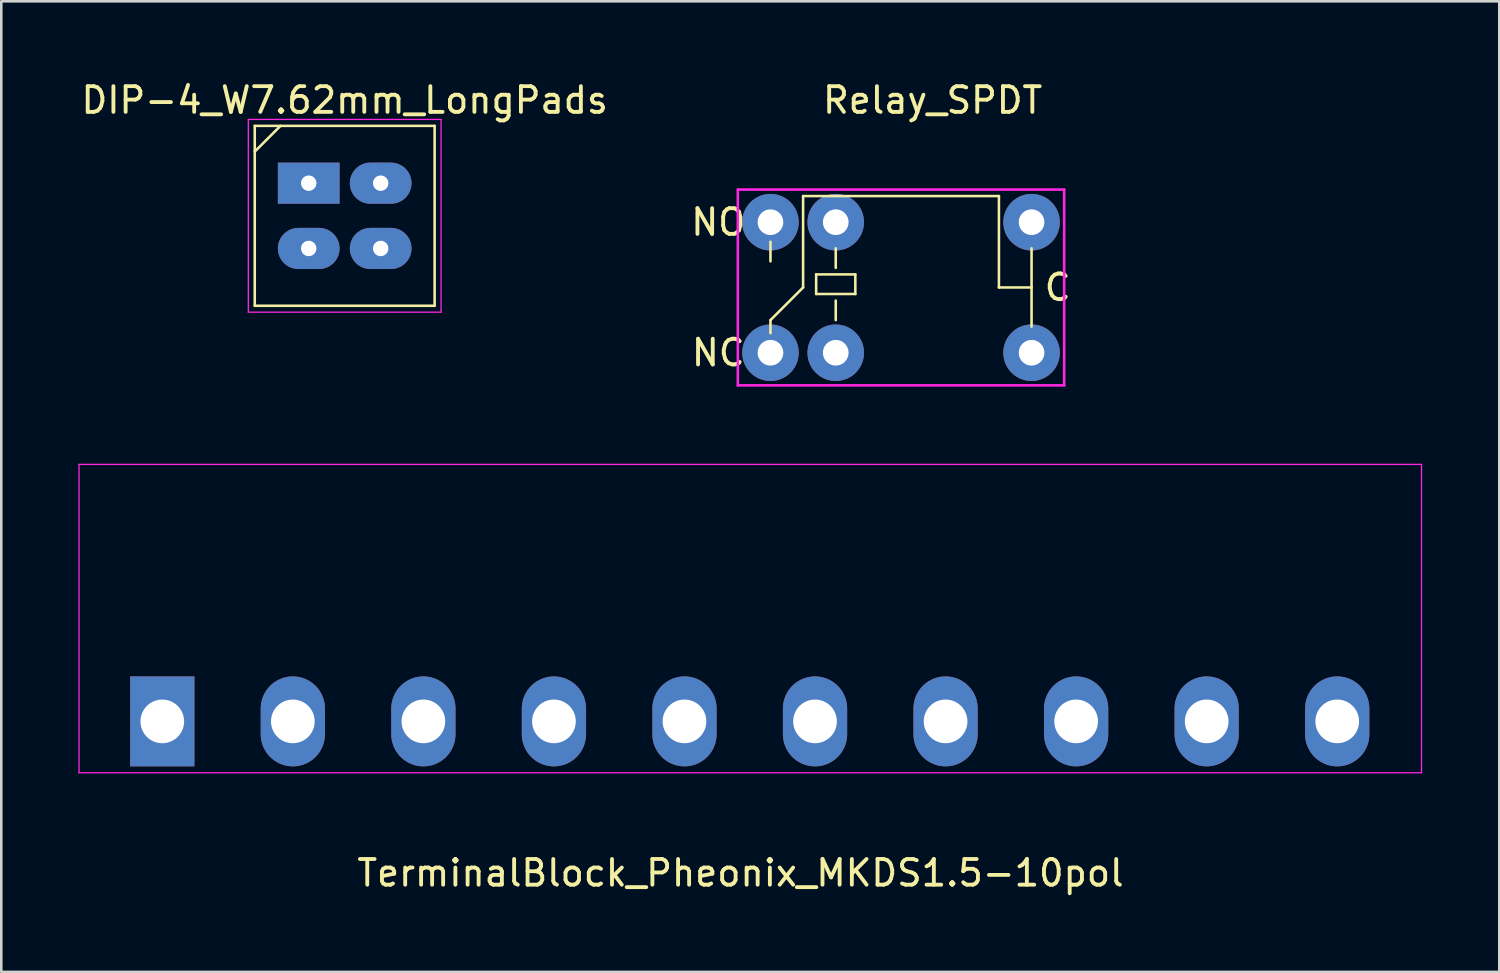
<source format=kicad_pcb>
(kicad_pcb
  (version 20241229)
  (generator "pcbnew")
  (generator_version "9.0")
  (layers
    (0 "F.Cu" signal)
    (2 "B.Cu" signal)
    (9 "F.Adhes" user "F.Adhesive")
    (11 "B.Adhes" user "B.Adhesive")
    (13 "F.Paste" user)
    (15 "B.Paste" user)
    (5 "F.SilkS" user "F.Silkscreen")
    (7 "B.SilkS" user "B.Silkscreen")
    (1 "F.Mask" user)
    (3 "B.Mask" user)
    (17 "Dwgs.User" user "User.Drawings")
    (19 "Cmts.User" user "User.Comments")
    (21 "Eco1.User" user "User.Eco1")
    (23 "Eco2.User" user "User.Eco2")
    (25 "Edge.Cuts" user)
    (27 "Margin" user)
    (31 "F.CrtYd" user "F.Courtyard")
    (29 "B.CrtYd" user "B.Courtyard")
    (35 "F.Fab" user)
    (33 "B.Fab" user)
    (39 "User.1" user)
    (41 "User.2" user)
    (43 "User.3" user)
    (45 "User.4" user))
  (footprint "Relay_SPDT"
    (layer "F.Cu")
    (at 26.931 10.676)
    (property "Reference" "Relay_SPDT" (at 6.309 -9.827 0) (layer "F.SilkS") (effects (font (size 1 1) (thickness 0.15))))
    (attr through_hole)
    (fp_line (start 0 -4.318) (end 0 -3.556) (stroke (width 0.1) (type solid)) (layer "F.SilkS"))
    (fp_line (start 0 -0.762) (end 0 -1.27) (stroke (width 0.1) (type solid)) (layer "F.SilkS"))
    (fp_line (start 1.27 -6.096) (end 8.89 -6.096) (stroke (width 0.1) (type solid)) (layer "F.SilkS"))
    (fp_line (start 1.27 -2.54) (end 0 -1.27) (stroke (width 0.1) (type solid)) (layer "F.SilkS"))
    (fp_line (start 1.27 -2.54) (end 1.27 -6.096) (stroke (width 0.1) (type solid)) (layer "F.SilkS"))
    (fp_line (start 1.778 -3.048) (end 3.302 -3.048) (stroke (width 0.1) (type solid)) (layer "F.SilkS"))
    (fp_line (start 1.778 -2.286) (end 1.778 -3.048) (stroke (width 0.1) (type solid)) (layer "F.SilkS"))
    (fp_line (start 2.54 -3.302) (end 2.54 -4.064) (stroke (width 0.1) (type solid)) (layer "F.SilkS"))
    (fp_line (start 2.54 -2.032) (end 2.54 -1.27) (stroke (width 0.1) (type solid)) (layer "F.SilkS"))
    (fp_line (start 3.302 -3.048) (end 3.302 -2.286) (stroke (width 0.1) (type solid)) (layer "F.SilkS"))
    (fp_line (start 3.302 -2.286) (end 1.778 -2.286) (stroke (width 0.1) (type solid)) (layer "F.SilkS"))
    (fp_line (start 8.89 -6.096) (end 8.89 -2.54) (stroke (width 0.1) (type solid)) (layer "F.SilkS"))
    (fp_line (start 8.89 -2.54) (end 10.16 -2.54) (stroke (width 0.1) (type solid)) (layer "F.SilkS"))
    (fp_line (start 10.16 -4.064) (end 10.16 -1.016) (stroke (width 0.1) (type solid)) (layer "F.SilkS"))
    (fp_line (start -1.27 -6.35) (end -1.27 1.27) (stroke (width 0.1) (type solid)) (layer "F.CrtYd"))
    (fp_line (start -1.27 1.27) (end 11.43 1.27) (stroke (width 0.1) (type solid)) (layer "F.CrtYd"))
    (fp_line (start 11.43 -6.35) (end -1.27 -6.35) (stroke (width 0.1) (type solid)) (layer "F.CrtYd"))
    (fp_line (start 11.43 1.27) (end 11.43 -6.35) (stroke (width 0.1) (type solid)) (layer "F.CrtYd"))
    (fp_text user "NC" (at -2.032 0 0) (layer "F.SilkS") (effects (font (size 1 1) (thickness 0.15))))
    (fp_text user "C" (at 11.176 -2.54 0) (layer "F.SilkS") (effects (font (size 1 1) (thickness 0.15))))
    (fp_text user "NO" (at -2.032 -5.08 0) (layer "F.SilkS") (effects (font (size 1 1) (thickness 0.15))))
    (pad "1" thru_hole circle (at 2.54 0) (size 2.2 2.2) (drill 1) (layers "*.Cu" "*.Mask"))
    (pad "2" thru_hole circle (at 0 0) (size 2.2 2.2) (drill 1) (layers "*.Cu" "*.Mask"))
    (pad "3" thru_hole circle (at 10.16 -5.08) (size 2.2 2.2) (drill 1) (layers "*.Cu" "*.Mask"))
    (pad "3" thru_hole circle (at 10.16 0) (size 2.2 2.2) (drill 1) (layers "*.Cu" "*.Mask"))
    (pad "4" thru_hole circle (at 0 -5.08) (size 2.2 2.2) (drill 1) (layers "*.Cu" "*.Mask"))
    (pad "10" thru_hole circle (at 2.54 -5.08) (size 2.2 2.2) (drill 1) (layers "*.Cu" "*.Mask")))
  (footprint "TerminalBlock_Pheonix_MKDS1.5-10pol"
    (layer "F.Cu")
    (at 3.265 25.021)
    (property "Reference" "TerminalBlock_Pheonix_MKDS1.5-10pol" (at 22.5 5.9 0) (layer "F.SilkS") (effects (font (size 1 1) (thickness 0.15))))
    (attr through_hole)
    (fp_line (start -3.24 -10) (end -3.24 2) (stroke (width 0.05) (type solid)) (layer "F.CrtYd"))
    (fp_line (start -3.24 2) (end 49 2) (stroke (width 0.05) (type solid)) (layer "F.CrtYd"))
    (fp_line (start 49 -10) (end -3.24 -10) (stroke (width 0.05) (type solid)) (layer "F.CrtYd"))
    (fp_line (start 49 2) (end 49 -10) (stroke (width 0.05) (type solid)) (layer "F.CrtYd"))
    (pad "1" thru_hole rect (at 0 0) (size 2.5 3.5) (drill 1.7) (layers "*.Cu" "*.Mask"))
    (pad "2" thru_hole oval (at 5.08 0) (size 2.5 3.5) (drill 1.7) (layers "*.Cu" "*.Mask"))
    (pad "3" thru_hole oval (at 10.16 0) (size 2.5 3.5) (drill 1.7) (layers "*.Cu" "*.Mask"))
    (pad "4" thru_hole oval (at 15.24 0) (size 2.5 3.5) (drill 1.7) (layers "*.Cu" "*.Mask"))
    (pad "5" thru_hole oval (at 20.32 0) (size 2.5 3.5) (drill 1.7) (layers "*.Cu" "*.Mask"))
    (pad "6" thru_hole oval (at 25.4 0) (size 2.5 3.5) (drill 1.7) (layers "*.Cu" "*.Mask"))
    (pad "7" thru_hole oval (at 30.48 0) (size 2.5 3.5) (drill 1.7) (layers "*.Cu" "*.Mask"))
    (pad "8" thru_hole oval (at 35.56 0) (size 2.5 3.5) (drill 1.7) (layers "*.Cu" "*.Mask"))
    (pad "9" thru_hole oval (at 40.64 0) (size 2.5 3.5) (drill 1.7) (layers "*.Cu" "*.Mask"))
    (pad "10" thru_hole oval (at 45.72 0) (size 2.5 3.5) (drill 1.7) (layers "*.Cu" "*.Mask")))
  (footprint "DIP-4_W7.62mm_LongPads"
    (layer "F.Cu")
    (at 10.363 5.348)
    (property "Reference" "DIP-4_W7.62mm_LongPads" (at 0 -4.5 0) (layer "F.SilkS") (effects (font (size 1 1) (thickness 0.15))))
    (attr through_hole)
    (fp_line (start -3.5 -3.5) (end 3.5 -3.5) (stroke (width 0.1) (type solid)) (layer "F.SilkS"))
    (fp_line (start -3.5 -2.5) (end -2.5 -3.5) (stroke (width 0.1) (type solid)) (layer "F.SilkS"))
    (fp_line (start -3.5 3.5) (end -3.5 -3.5) (stroke (width 0.1) (type solid)) (layer "F.SilkS"))
    (fp_line (start 3.5 -3.5) (end 3.5 3.5) (stroke (width 0.1) (type solid)) (layer "F.SilkS"))
    (fp_line (start 3.5 3.5) (end -3.5 3.5) (stroke (width 0.1) (type solid)) (layer "F.SilkS"))
    (fp_line (start -3.75 -3.75) (end -3.75 3.75) (stroke (width 0.05) (type solid)) (layer "F.CrtYd"))
    (fp_line (start -3.75 3.75) (end 3.75 3.75) (stroke (width 0.05) (type solid)) (layer "F.CrtYd"))
    (fp_line (start 3.75 -3.75) (end -3.75 -3.75) (stroke (width 0.05) (type solid)) (layer "F.CrtYd"))
    (fp_line (start 3.75 3.75) (end 3.75 -3.75) (stroke (width 0.05) (type solid)) (layer "F.CrtYd"))
    (pad "1" thru_hole rect (at -1.4 -1.27) (size 2.4 1.6) (drill 0.6) (layers "*.Cu" "*.Mask"))
    (pad "2" thru_hole oval (at -1.4 1.27) (size 2.4 1.6) (drill 0.6) (layers "*.Cu" "*.Mask"))
    (pad "3" thru_hole oval (at 1.4 -1.27) (size 2.4 1.6) (drill 0.6) (layers "*.Cu" "*.Mask"))
    (pad "4" thru_hole oval (at 1.4 1.27) (size 2.4 1.6) (drill 0.6) (layers "*.Cu" "*.Mask")))
  (gr_rect
    (start -3 -3)
    (end 55.29 34.769)
    (stroke (width 0.1) (type default))
    (fill no)
    (layer "Edge.Cuts")))
</source>
